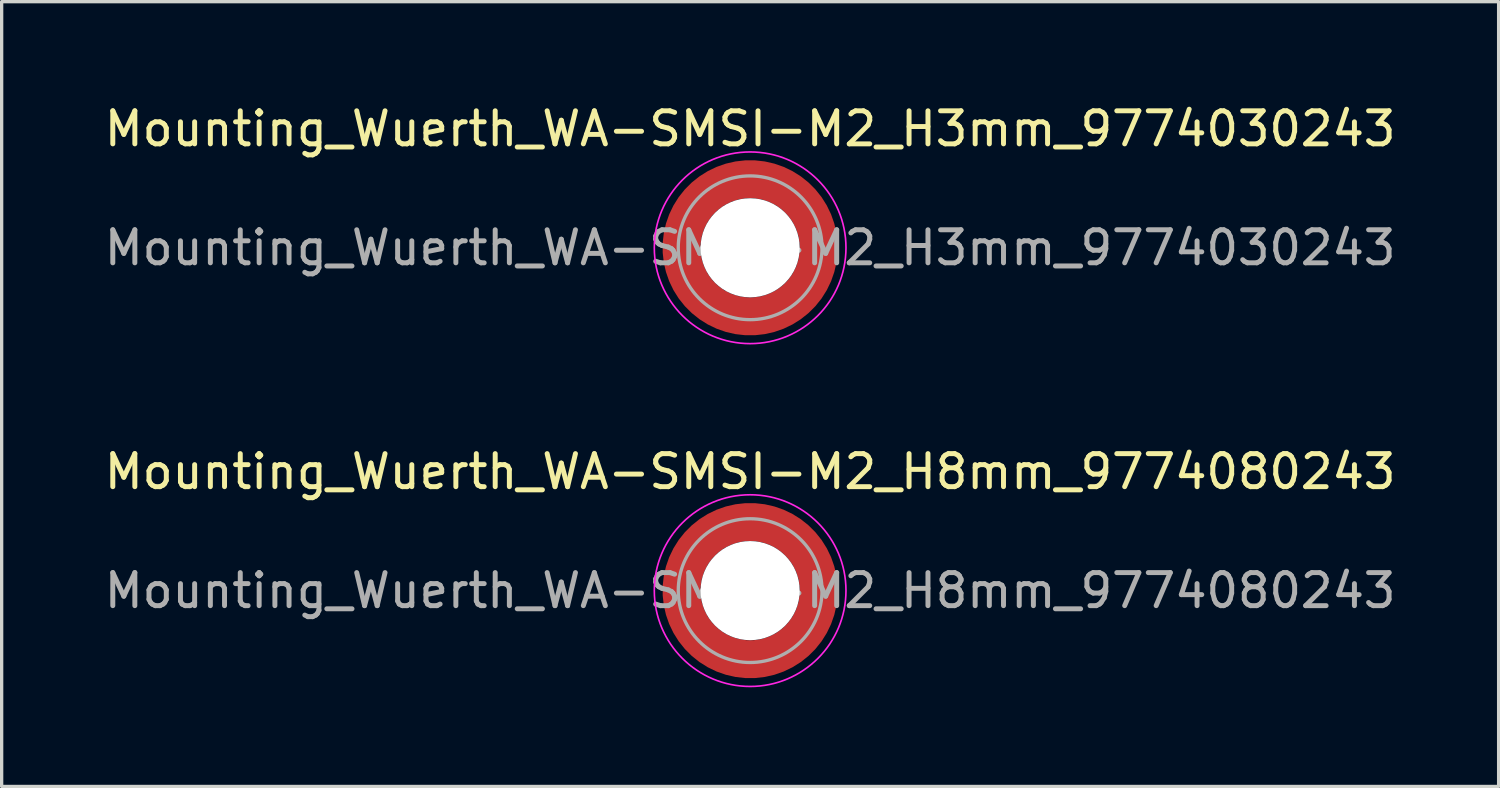
<source format=kicad_pcb>
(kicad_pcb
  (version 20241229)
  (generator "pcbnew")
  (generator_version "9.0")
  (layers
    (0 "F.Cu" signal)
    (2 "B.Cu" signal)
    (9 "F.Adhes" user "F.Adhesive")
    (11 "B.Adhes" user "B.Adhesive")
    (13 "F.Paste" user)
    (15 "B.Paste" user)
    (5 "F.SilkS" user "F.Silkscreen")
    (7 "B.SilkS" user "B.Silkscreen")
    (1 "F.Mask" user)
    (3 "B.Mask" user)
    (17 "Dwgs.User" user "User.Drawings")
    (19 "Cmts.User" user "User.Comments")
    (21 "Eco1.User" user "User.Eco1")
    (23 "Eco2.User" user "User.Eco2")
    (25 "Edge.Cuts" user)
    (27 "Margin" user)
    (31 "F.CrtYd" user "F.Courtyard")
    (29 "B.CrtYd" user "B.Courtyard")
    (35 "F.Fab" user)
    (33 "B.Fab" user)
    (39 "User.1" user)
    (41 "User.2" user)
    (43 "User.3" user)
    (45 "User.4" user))
  (footprint "Mounting_Wuerth_WA-SMSI-M2_H3mm_9774030243"
    (layer "F.Cu")
    (at 19.649 4.448)
    (property "Reference" "Mounting_Wuerth_WA-SMSI-M2_H3mm_9774030243" (at 0 -3.6 0) (layer "F.SilkS") (effects (font (size 1 1) (thickness 0.15))))
    (attr smd)
    (fp_circle (center 0 0) (end 2.9 0) (stroke (width 0.05) (type solid)) (fill no) (layer "F.CrtYd"))
    (fp_circle (center 0 0) (end 2.175 0) (stroke (width 0.1) (type solid)) (fill no) (layer "F.Fab"))
    (fp_text user "${REFERENCE}" (at 0 0 0) (layer "F.Fab") (effects (font (size 1 1) (thickness 0.15))))
    (pad "" smd custom (at -1.453 -1.453) (size 0.61 0.61) (layers "F.Paste") (options (anchor circle)) (primitives (gr_arc (start -0.147677 1.053104) (mid 0.285964 0.286792) (end 1.051968 -0.147393) (width 0.2)) (gr_arc (start -0.240295 1.053104) (mid 0.22253 0.222946) (end 1.052531 -0.24016) (width 0.2)) (gr_arc (start -0.332645 1.053104) (mid 0.158548 0.15965) (end 1.051583 -0.332304) (width 0.2)) (gr_arc (start -0.424767 1.053104) (mid 0.09486 0.096059) (end 1.051446 -0.424413) (width 0.2)) (gr_arc (start -0.516693 1.053104) (mid 0.031293 0.032346) (end 1.051645 -0.516396) (width 0.2)) (gr_arc (start -0.608448 1.053104) (mid -0.032323 -0.031316) (end 1.051707 -0.608176) (width 0.2)) (gr_arc (start -0.700056 1.053104) (mid -0.09616 -0.094758) (end 1.051155 -0.699693) (width 0.2)) (gr_arc (start -0.791534 1.053104) (mid -0.160388 -0.15781) (end 1.049515 -0.790891) (width 0.2)) (gr_arc (start -0.882896 1.053104) (mid -0.223713 -0.221764) (end 1.050388 -0.882429) (width 0.2)) (gr_arc (start -0.974157 1.053104) (mid -0.287654 -0.2851) (end 1.049541 -0.973566) (width 0.2)) (gr_line (start 1.053 -0.148) (end 1.053 -0.974) (width 0.2)) (gr_line (start -0.148 1.053) (end -0.974 1.053) (width 0.2))))
    (pad "" smd custom (at -1.453 1.453) (size 0.61 0.61) (layers "F.Paste") (options (anchor circle)) (primitives (gr_arc (start 1.053104 0.147677) (mid 0.286792 -0.285964) (end -0.147393 -1.051968) (width 0.2)) (gr_arc (start 1.053104 0.240295) (mid 0.222946 -0.22253) (end -0.24016 -1.052531) (width 0.2)) (gr_arc (start 1.053104 0.332645) (mid 0.15965 -0.158548) (end -0.332304 -1.051583) (width 0.2)) (gr_arc (start 1.053104 0.424767) (mid 0.096059 -0.09486) (end -0.424413 -1.051446) (width 0.2)) (gr_arc (start 1.053104 0.516693) (mid 0.032346 -0.031293) (end -0.516396 -1.051645) (width 0.2)) (gr_arc (start 1.053104 0.608448) (mid -0.031316 0.032323) (end -0.608176 -1.051707) (width 0.2)) (gr_arc (start 1.053104 0.700056) (mid -0.094758 0.09616) (end -0.699693 -1.051155) (width 0.2)) (gr_arc (start 1.053104 0.791534) (mid -0.15781 0.160388) (end -0.790891 -1.049515) (width 0.2)) (gr_arc (start 1.053104 0.882896) (mid -0.221765 0.223713) (end -0.882429 -1.050388) (width 0.2)) (gr_arc (start 1.053104 0.974157) (mid -0.2851 0.287654) (end -0.973566 -1.049541) (width 0.2)) (gr_line (start -0.148 -1.053) (end -0.974 -1.053) (width 0.2)) (gr_line (start 1.053 0.148) (end 1.053 0.974) (width 0.2))))
    (pad "" np_thru_hole circle (at 0 0) (size 3 3) (drill 3) (layers "*.Cu" "*.Mask"))
    (pad "" smd custom (at 1.453 -1.453) (size 0.61 0.61) (layers "F.Paste") (options (anchor circle)) (primitives (gr_arc (start -1.053104 -0.147677) (mid -0.286792 0.285964) (end 0.147393 1.051968) (width 0.2)) (gr_arc (start -1.053104 -0.240295) (mid -0.222946 0.22253) (end 0.24016 1.052531) (width 0.2)) (gr_arc (start -1.053104 -0.332645) (mid -0.15965 0.158548) (end 0.332304 1.051583) (width 0.2)) (gr_arc (start -1.053104 -0.424767) (mid -0.096059 0.09486) (end 0.424413 1.051446) (width 0.2)) (gr_arc (start -1.053104 -0.516693) (mid -0.032346 0.031293) (end 0.516396 1.051645) (width 0.2)) (gr_arc (start -1.053104 -0.608448) (mid 0.031316 -0.032323) (end 0.608176 1.051707) (width 0.2)) (gr_arc (start -1.053104 -0.700056) (mid 0.094758 -0.09616) (end 0.699693 1.051155) (width 0.2)) (gr_arc (start -1.053104 -0.791534) (mid 0.15781 -0.160388) (end 0.790891 1.049515) (width 0.2)) (gr_arc (start -1.053104 -0.882896) (mid 0.221764 -0.223713) (end 0.882429 1.050388) (width 0.2)) (gr_arc (start -1.053104 -0.974157) (mid 0.2851 -0.287654) (end 0.973566 1.049541) (width 0.2)) (gr_line (start 0.148 1.053) (end 0.974 1.053) (width 0.2)) (gr_line (start -1.053 -0.148) (end -1.053 -0.974) (width 0.2))))
    (pad "" smd custom (at 1.453 1.453) (size 0.61 0.61) (layers "F.Paste") (options (anchor circle)) (primitives (gr_arc (start 0.147677 -1.053104) (mid -0.285964 -0.286792) (end -1.051968 0.147393) (width 0.2)) (gr_arc (start 0.240295 -1.053104) (mid -0.22253 -0.222946) (end -1.052531 0.24016) (width 0.2)) (gr_arc (start 0.332645 -1.053104) (mid -0.158548 -0.15965) (end -1.051583 0.332304) (width 0.2)) (gr_arc (start 0.424767 -1.053104) (mid -0.09486 -0.096059) (end -1.051446 0.424413) (width 0.2)) (gr_arc (start 0.516693 -1.053104) (mid -0.031293 -0.032346) (end -1.051645 0.516396) (width 0.2)) (gr_arc (start 0.608448 -1.053104) (mid 0.032323 0.031316) (end -1.051707 0.608176) (width 0.2)) (gr_arc (start 0.700056 -1.053104) (mid 0.09616 0.094758) (end -1.051155 0.699693) (width 0.2)) (gr_arc (start 0.791534 -1.053104) (mid 0.160388 0.15781) (end -1.049515 0.790891) (width 0.2)) (gr_arc (start 0.882896 -1.053104) (mid 0.223713 0.221764) (end -1.050388 0.882429) (width 0.2)) (gr_arc (start 0.974157 -1.053104) (mid 0.287654 0.2851) (end -1.049541 0.973566) (width 0.2)) (gr_line (start -1.053 0.148) (end -1.053 0.974) (width 0.2)) (gr_line (start 0.148 -1.053) (end 0.974 -1.053) (width 0.2))))
    (pad "1" smd circle (at -2.075 0) (size 0.75 0.75) (layers "F.Cu"))
    (pad "1" smd circle (at 0 -2.075) (size 0.75 0.75) (layers "F.Cu"))
    (pad "1" smd circle (at 0 2.075) (size 0.75 0.75) (layers "F.Cu"))
    (pad "1" smd custom (at 2.075 0) (size 0.75 0.75) (layers "F.Cu" "F.Mask") (options (anchor circle)) (primitives (gr_circle (center -2.075 0) (end 0 0) (width 1.15) (fill no)))))
  (footprint "Mounting_Wuerth_WA-SMSI-M2_H8mm_9774080243"
    (layer "F.Cu")
    (at 19.649 14.822)
    (property "Reference" "Mounting_Wuerth_WA-SMSI-M2_H8mm_9774080243" (at 0 -3.6 0) (layer "F.SilkS") (effects (font (size 1 1) (thickness 0.15))))
    (attr smd)
    (fp_circle (center 0 0) (end 2.9 0) (stroke (width 0.05) (type solid)) (fill no) (layer "F.CrtYd"))
    (fp_circle (center 0 0) (end 2.175 0) (stroke (width 0.1) (type solid)) (fill no) (layer "F.Fab"))
    (fp_text user "${REFERENCE}" (at 0 0 0) (layer "F.Fab") (effects (font (size 1 1) (thickness 0.15))))
    (pad "" smd custom (at -1.453 -1.453) (size 0.61 0.61) (layers "F.Paste") (options (anchor circle)) (primitives (gr_arc (start -0.147677 1.053104) (mid 0.285964 0.286792) (end 1.051968 -0.147393) (width 0.2)) (gr_arc (start -0.240295 1.053104) (mid 0.22253 0.222946) (end 1.052531 -0.24016) (width 0.2)) (gr_arc (start -0.332645 1.053104) (mid 0.158548 0.15965) (end 1.051583 -0.332304) (width 0.2)) (gr_arc (start -0.424767 1.053104) (mid 0.09486 0.096059) (end 1.051446 -0.424413) (width 0.2)) (gr_arc (start -0.516693 1.053104) (mid 0.031293 0.032346) (end 1.051645 -0.516396) (width 0.2)) (gr_arc (start -0.608448 1.053104) (mid -0.032323 -0.031316) (end 1.051707 -0.608176) (width 0.2)) (gr_arc (start -0.700056 1.053104) (mid -0.09616 -0.094758) (end 1.051155 -0.699693) (width 0.2)) (gr_arc (start -0.791534 1.053104) (mid -0.160388 -0.15781) (end 1.049515 -0.790891) (width 0.2)) (gr_arc (start -0.882896 1.053104) (mid -0.223713 -0.221764) (end 1.050388 -0.882429) (width 0.2)) (gr_arc (start -0.974157 1.053104) (mid -0.287654 -0.2851) (end 1.049541 -0.973566) (width 0.2)) (gr_line (start 1.053 -0.148) (end 1.053 -0.974) (width 0.2)) (gr_line (start -0.148 1.053) (end -0.974 1.053) (width 0.2))))
    (pad "" smd custom (at -1.453 1.453) (size 0.61 0.61) (layers "F.Paste") (options (anchor circle)) (primitives (gr_arc (start 1.053104 0.147677) (mid 0.286792 -0.285964) (end -0.147393 -1.051968) (width 0.2)) (gr_arc (start 1.053104 0.240295) (mid 0.222946 -0.22253) (end -0.24016 -1.052531) (width 0.2)) (gr_arc (start 1.053104 0.332645) (mid 0.15965 -0.158548) (end -0.332304 -1.051583) (width 0.2)) (gr_arc (start 1.053104 0.424767) (mid 0.096059 -0.09486) (end -0.424413 -1.051446) (width 0.2)) (gr_arc (start 1.053104 0.516693) (mid 0.032346 -0.031293) (end -0.516396 -1.051645) (width 0.2)) (gr_arc (start 1.053104 0.608448) (mid -0.031316 0.032323) (end -0.608176 -1.051707) (width 0.2)) (gr_arc (start 1.053104 0.700056) (mid -0.094758 0.09616) (end -0.699693 -1.051155) (width 0.2)) (gr_arc (start 1.053104 0.791534) (mid -0.15781 0.160388) (end -0.790891 -1.049515) (width 0.2)) (gr_arc (start 1.053104 0.882896) (mid -0.221765 0.223713) (end -0.882429 -1.050388) (width 0.2)) (gr_arc (start 1.053104 0.974157) (mid -0.2851 0.287654) (end -0.973566 -1.049541) (width 0.2)) (gr_line (start -0.148 -1.053) (end -0.974 -1.053) (width 0.2)) (gr_line (start 1.053 0.148) (end 1.053 0.974) (width 0.2))))
    (pad "" np_thru_hole circle (at 0 0) (size 3 3) (drill 3) (layers "*.Cu" "*.Mask"))
    (pad "" smd custom (at 1.453 -1.453) (size 0.61 0.61) (layers "F.Paste") (options (anchor circle)) (primitives (gr_arc (start -1.053104 -0.147677) (mid -0.286792 0.285964) (end 0.147393 1.051968) (width 0.2)) (gr_arc (start -1.053104 -0.240295) (mid -0.222946 0.22253) (end 0.24016 1.052531) (width 0.2)) (gr_arc (start -1.053104 -0.332645) (mid -0.15965 0.158548) (end 0.332304 1.051583) (width 0.2)) (gr_arc (start -1.053104 -0.424767) (mid -0.096059 0.09486) (end 0.424413 1.051446) (width 0.2)) (gr_arc (start -1.053104 -0.516693) (mid -0.032346 0.031293) (end 0.516396 1.051645) (width 0.2)) (gr_arc (start -1.053104 -0.608448) (mid 0.031316 -0.032323) (end 0.608176 1.051707) (width 0.2)) (gr_arc (start -1.053104 -0.700056) (mid 0.094758 -0.09616) (end 0.699693 1.051155) (width 0.2)) (gr_arc (start -1.053104 -0.791534) (mid 0.15781 -0.160388) (end 0.790891 1.049515) (width 0.2)) (gr_arc (start -1.053104 -0.882896) (mid 0.221764 -0.223713) (end 0.882429 1.050388) (width 0.2)) (gr_arc (start -1.053104 -0.974157) (mid 0.2851 -0.287654) (end 0.973566 1.049541) (width 0.2)) (gr_line (start 0.148 1.053) (end 0.974 1.053) (width 0.2)) (gr_line (start -1.053 -0.148) (end -1.053 -0.974) (width 0.2))))
    (pad "" smd custom (at 1.453 1.453) (size 0.61 0.61) (layers "F.Paste") (options (anchor circle)) (primitives (gr_arc (start 0.147677 -1.053104) (mid -0.285964 -0.286792) (end -1.051968 0.147393) (width 0.2)) (gr_arc (start 0.240295 -1.053104) (mid -0.22253 -0.222946) (end -1.052531 0.24016) (width 0.2)) (gr_arc (start 0.332645 -1.053104) (mid -0.158548 -0.15965) (end -1.051583 0.332304) (width 0.2)) (gr_arc (start 0.424767 -1.053104) (mid -0.09486 -0.096059) (end -1.051446 0.424413) (width 0.2)) (gr_arc (start 0.516693 -1.053104) (mid -0.031293 -0.032346) (end -1.051645 0.516396) (width 0.2)) (gr_arc (start 0.608448 -1.053104) (mid 0.032323 0.031316) (end -1.051707 0.608176) (width 0.2)) (gr_arc (start 0.700056 -1.053104) (mid 0.09616 0.094758) (end -1.051155 0.699693) (width 0.2)) (gr_arc (start 0.791534 -1.053104) (mid 0.160388 0.15781) (end -1.049515 0.790891) (width 0.2)) (gr_arc (start 0.882896 -1.053104) (mid 0.223713 0.221764) (end -1.050388 0.882429) (width 0.2)) (gr_arc (start 0.974157 -1.053104) (mid 0.287654 0.2851) (end -1.049541 0.973566) (width 0.2)) (gr_line (start -1.053 0.148) (end -1.053 0.974) (width 0.2)) (gr_line (start 0.148 -1.053) (end 0.974 -1.053) (width 0.2))))
    (pad "1" smd circle (at -2.075 0) (size 0.75 0.75) (layers "F.Cu"))
    (pad "1" smd circle (at 0 -2.075) (size 0.75 0.75) (layers "F.Cu"))
    (pad "1" smd circle (at 0 2.075) (size 0.75 0.75) (layers "F.Cu"))
    (pad "1" smd custom (at 2.075 0) (size 0.75 0.75) (layers "F.Cu" "F.Mask") (options (anchor circle)) (primitives (gr_circle (center -2.075 0) (end 0 0) (width 1.15) (fill no)))))
  (gr_rect
    (start -3 -3)
    (end 42.298 20.747)
    (stroke (width 0.1) (type default))
    (fill no)
    (layer "Edge.Cuts")))
</source>
